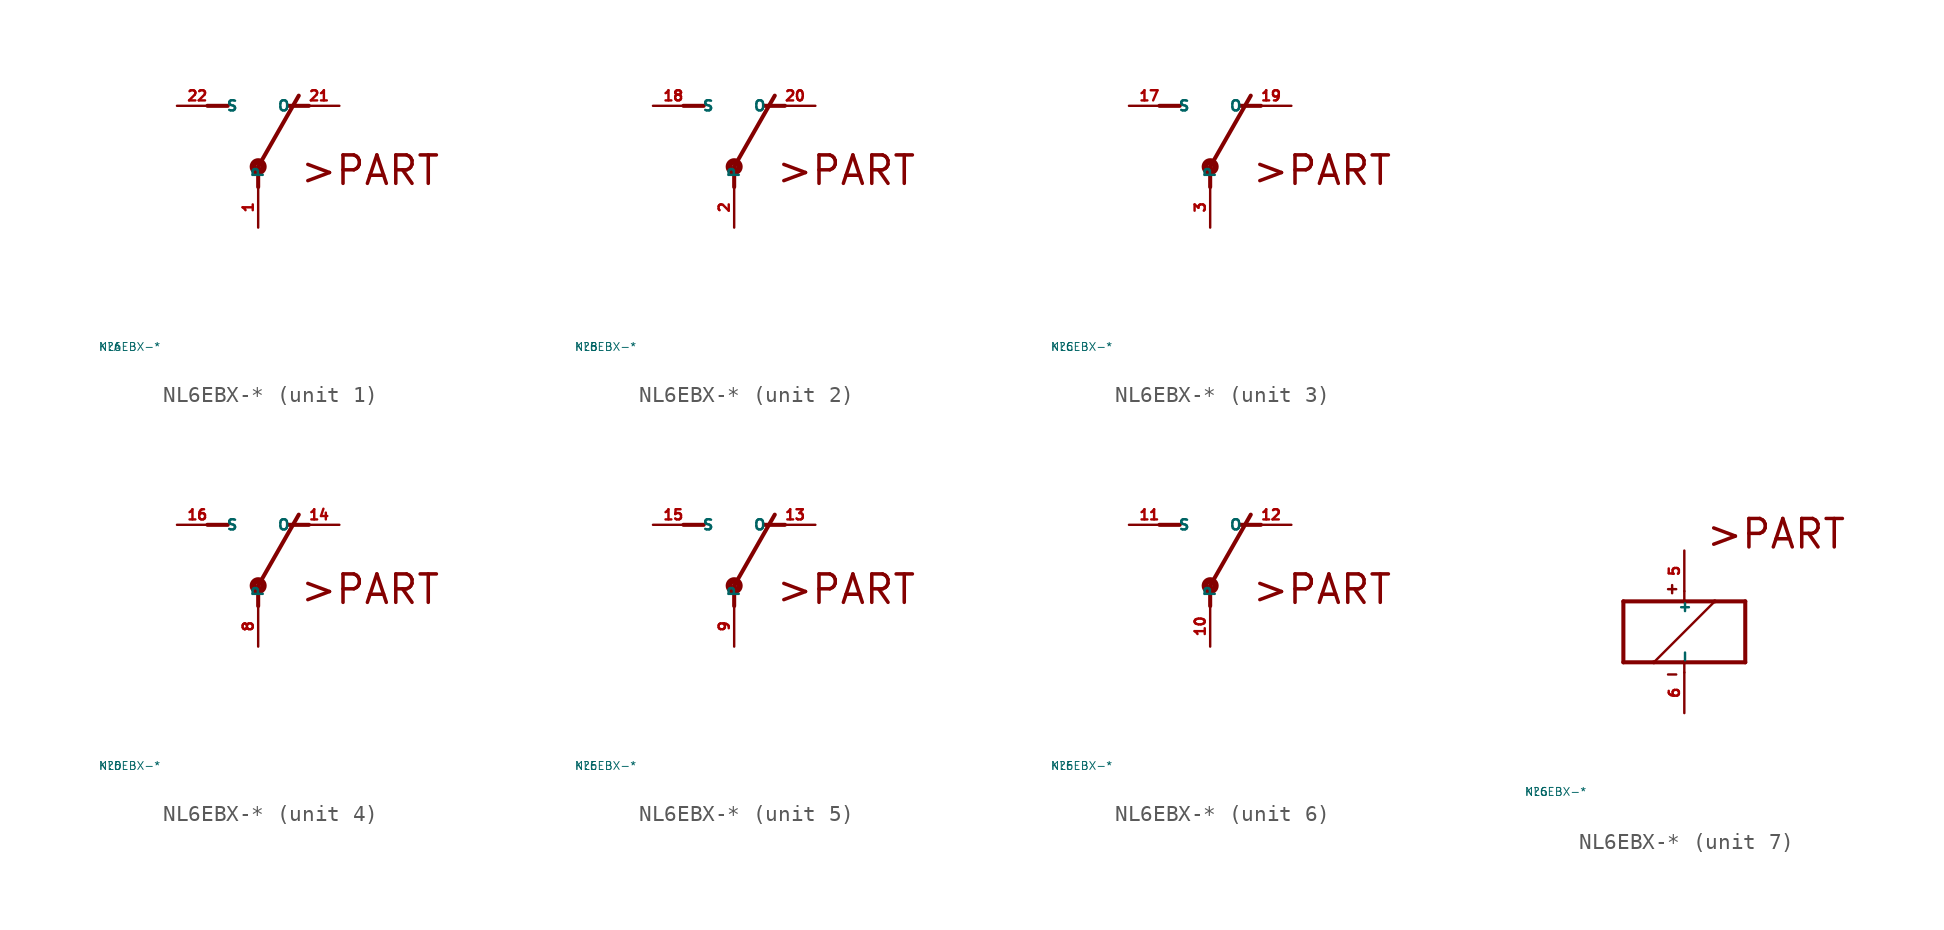
<source format=kicad_sym>
(kicad_symbol_lib
  (version 20220914)
  (generator Eagle2Kicad)
  (symbol "NL6EBX-*"
    (property "Reference" "K"
      (at -10 -10 0)
      (effects (font (size 0.5 0.5) (thickness 0.06)) (justify left)))
    (property "Value" "NL6EBX-*"
      (at -10 -10 0)
      (effects (font (size 0.5 0.5) (thickness 0.06)) (justify left)))
    (symbol "NL6EBX-*_1_0"
      (polyline (pts (xy 3.175 5.08) (xy 1.905 5.08)) (stroke (width 0.254) (type default)) (fill (type none)))
      (polyline (pts (xy -3.175 5.08) (xy -1.905 5.08)) (stroke (width 0.254) (type default)) (fill (type none)))
      (polyline (pts (xy 0 1.27) (xy 2.54 5.715)) (stroke (width 0.254) (type default)) (fill (type none)))
      (polyline (pts (xy 0 1.27) (xy 0 0)) (stroke (width 0.254) (type default)) (fill (type none)))
      (text ">PART" (at 2.54 0 0) (effects (font (size 1.778 1.778) (thickness 0.22)) (justify left bottom)))
      (circle (center 0 1.27) (radius 0.127) (stroke (width 0.406) (type default)) (fill (type none)))
      (pin passive line (at 5.08 5.08 180) (length 2.54) (name "O" (effects (font (size 0.635 0.635) (thickness 0.08)) (justify left bottom))) (number "21" (effects (font (size 0.635 0.635) (thickness 0.08)) (justify left bottom))))
      (pin passive line (at -5.08 5.08 0) (length 2.54) (name "S" (effects (font (size 0.635 0.635) (thickness 0.08)) (justify left bottom))) (number "22" (effects (font (size 0.635 0.635) (thickness 0.08)) (justify left bottom))))
      (pin passive line (at 0 -2.54 90) (length 2.54) (name "P" (effects (font (size 0.635 0.635) (thickness 0.08)) (justify left bottom))) (number "1" (effects (font (size 0.635 0.635) (thickness 0.08)) (justify left bottom)))))
    (symbol "NL6EBX-*_2_0"
      (polyline (pts (xy 3.175 5.08) (xy 1.905 5.08)) (stroke (width 0.254) (type default)) (fill (type none)))
      (polyline (pts (xy -3.175 5.08) (xy -1.905 5.08)) (stroke (width 0.254) (type default)) (fill (type none)))
      (polyline (pts (xy 0 1.27) (xy 2.54 5.715)) (stroke (width 0.254) (type default)) (fill (type none)))
      (polyline (pts (xy 0 1.27) (xy 0 0)) (stroke (width 0.254) (type default)) (fill (type none)))
      (text ">PART" (at 2.54 0 0) (effects (font (size 1.778 1.778) (thickness 0.22)) (justify left bottom)))
      (circle (center 0 1.27) (radius 0.127) (stroke (width 0.406) (type default)) (fill (type none)))
      (pin passive line (at 5.08 5.08 180) (length 2.54) (name "O" (effects (font (size 0.635 0.635) (thickness 0.08)) (justify left bottom))) (number "20" (effects (font (size 0.635 0.635) (thickness 0.08)) (justify left bottom))))
      (pin passive line (at -5.08 5.08 0) (length 2.54) (name "S" (effects (font (size 0.635 0.635) (thickness 0.08)) (justify left bottom))) (number "18" (effects (font (size 0.635 0.635) (thickness 0.08)) (justify left bottom))))
      (pin passive line (at 0 -2.54 90) (length 2.54) (name "P" (effects (font (size 0.635 0.635) (thickness 0.08)) (justify left bottom))) (number "2" (effects (font (size 0.635 0.635) (thickness 0.08)) (justify left bottom)))))
    (symbol "NL6EBX-*_3_0"
      (polyline (pts (xy 3.175 5.08) (xy 1.905 5.08)) (stroke (width 0.254) (type default)) (fill (type none)))
      (polyline (pts (xy -3.175 5.08) (xy -1.905 5.08)) (stroke (width 0.254) (type default)) (fill (type none)))
      (polyline (pts (xy 0 1.27) (xy 2.54 5.715)) (stroke (width 0.254) (type default)) (fill (type none)))
      (polyline (pts (xy 0 1.27) (xy 0 0)) (stroke (width 0.254) (type default)) (fill (type none)))
      (text ">PART" (at 2.54 0 0) (effects (font (size 1.778 1.778) (thickness 0.22)) (justify left bottom)))
      (circle (center 0 1.27) (radius 0.127) (stroke (width 0.406) (type default)) (fill (type none)))
      (pin passive line (at 5.08 5.08 180) (length 2.54) (name "O" (effects (font (size 0.635 0.635) (thickness 0.08)) (justify left bottom))) (number "19" (effects (font (size 0.635 0.635) (thickness 0.08)) (justify left bottom))))
      (pin passive line (at -5.08 5.08 0) (length 2.54) (name "S" (effects (font (size 0.635 0.635) (thickness 0.08)) (justify left bottom))) (number "17" (effects (font (size 0.635 0.635) (thickness 0.08)) (justify left bottom))))
      (pin passive line (at 0 -2.54 90) (length 2.54) (name "P" (effects (font (size 0.635 0.635) (thickness 0.08)) (justify left bottom))) (number "3" (effects (font (size 0.635 0.635) (thickness 0.08)) (justify left bottom)))))
    (symbol "NL6EBX-*_4_0"
      (polyline (pts (xy 3.175 5.08) (xy 1.905 5.08)) (stroke (width 0.254) (type default)) (fill (type none)))
      (polyline (pts (xy -3.175 5.08) (xy -1.905 5.08)) (stroke (width 0.254) (type default)) (fill (type none)))
      (polyline (pts (xy 0 1.27) (xy 2.54 5.715)) (stroke (width 0.254) (type default)) (fill (type none)))
      (polyline (pts (xy 0 1.27) (xy 0 0)) (stroke (width 0.254) (type default)) (fill (type none)))
      (text ">PART" (at 2.54 0 0) (effects (font (size 1.778 1.778) (thickness 0.22)) (justify left bottom)))
      (circle (center 0 1.27) (radius 0.127) (stroke (width 0.406) (type default)) (fill (type none)))
      (pin passive line (at 5.08 5.08 180) (length 2.54) (name "O" (effects (font (size 0.635 0.635) (thickness 0.08)) (justify left bottom))) (number "14" (effects (font (size 0.635 0.635) (thickness 0.08)) (justify left bottom))))
      (pin passive line (at -5.08 5.08 0) (length 2.54) (name "S" (effects (font (size 0.635 0.635) (thickness 0.08)) (justify left bottom))) (number "16" (effects (font (size 0.635 0.635) (thickness 0.08)) (justify left bottom))))
      (pin passive line (at 0 -2.54 90) (length 2.54) (name "P" (effects (font (size 0.635 0.635) (thickness 0.08)) (justify left bottom))) (number "8" (effects (font (size 0.635 0.635) (thickness 0.08)) (justify left bottom)))))
    (symbol "NL6EBX-*_5_0"
      (polyline (pts (xy 3.175 5.08) (xy 1.905 5.08)) (stroke (width 0.254) (type default)) (fill (type none)))
      (polyline (pts (xy -3.175 5.08) (xy -1.905 5.08)) (stroke (width 0.254) (type default)) (fill (type none)))
      (polyline (pts (xy 0 1.27) (xy 2.54 5.715)) (stroke (width 0.254) (type default)) (fill (type none)))
      (polyline (pts (xy 0 1.27) (xy 0 0)) (stroke (width 0.254) (type default)) (fill (type none)))
      (text ">PART" (at 2.54 0 0) (effects (font (size 1.778 1.778) (thickness 0.22)) (justify left bottom)))
      (circle (center 0 1.27) (radius 0.127) (stroke (width 0.406) (type default)) (fill (type none)))
      (pin passive line (at 5.08 5.08 180) (length 2.54) (name "O" (effects (font (size 0.635 0.635) (thickness 0.08)) (justify left bottom))) (number "13" (effects (font (size 0.635 0.635) (thickness 0.08)) (justify left bottom))))
      (pin passive line (at -5.08 5.08 0) (length 2.54) (name "S" (effects (font (size 0.635 0.635) (thickness 0.08)) (justify left bottom))) (number "15" (effects (font (size 0.635 0.635) (thickness 0.08)) (justify left bottom))))
      (pin passive line (at 0 -2.54 90) (length 2.54) (name "P" (effects (font (size 0.635 0.635) (thickness 0.08)) (justify left bottom))) (number "9" (effects (font (size 0.635 0.635) (thickness 0.08)) (justify left bottom)))))
    (symbol "NL6EBX-*_6_0"
      (polyline (pts (xy 3.175 5.08) (xy 1.905 5.08)) (stroke (width 0.254) (type default)) (fill (type none)))
      (polyline (pts (xy -3.175 5.08) (xy -1.905 5.08)) (stroke (width 0.254) (type default)) (fill (type none)))
      (polyline (pts (xy 0 1.27) (xy 2.54 5.715)) (stroke (width 0.254) (type default)) (fill (type none)))
      (polyline (pts (xy 0 1.27) (xy 0 0)) (stroke (width 0.254) (type default)) (fill (type none)))
      (text ">PART" (at 2.54 0 0) (effects (font (size 1.778 1.778) (thickness 0.22)) (justify left bottom)))
      (circle (center 0 1.27) (radius 0.127) (stroke (width 0.406) (type default)) (fill (type none)))
      (pin passive line (at 5.08 5.08 180) (length 2.54) (name "O" (effects (font (size 0.635 0.635) (thickness 0.08)) (justify left bottom))) (number "12" (effects (font (size 0.635 0.635) (thickness 0.08)) (justify left bottom))))
      (pin passive line (at -5.08 5.08 0) (length 2.54) (name "S" (effects (font (size 0.635 0.635) (thickness 0.08)) (justify left bottom))) (number "11" (effects (font (size 0.635 0.635) (thickness 0.08)) (justify left bottom))))
      (pin passive line (at 0 -2.54 90) (length 2.54) (name "P" (effects (font (size 0.635 0.635) (thickness 0.08)) (justify left bottom))) (number "10" (effects (font (size 0.635 0.635) (thickness 0.08)) (justify left bottom)))))
    (symbol "NL6EBX-*_7_0"
      (polyline (pts (xy -3.81 -1.905) (xy -1.905 -1.905)) (stroke (width 0.254) (type default)) (fill (type none)))
      (polyline (pts (xy 3.81 -1.905) (xy 3.81 1.905)) (stroke (width 0.254) (type default)) (fill (type none)))
      (polyline (pts (xy 3.81 1.905) (xy 1.905 1.905)) (stroke (width 0.254) (type default)) (fill (type none)))
      (polyline (pts (xy -3.81 1.905) (xy -3.81 -1.905)) (stroke (width 0.254) (type default)) (fill (type none)))
      (polyline (pts (xy 0 -2.54) (xy 0 -1.905)) (stroke (width 0.152) (type default)) (fill (type none)))
      (polyline (pts (xy 0 -1.905) (xy 3.81 -1.905)) (stroke (width 0.254) (type default)) (fill (type none)))
      (polyline (pts (xy 0 2.54) (xy 0 1.905)) (stroke (width 0.152) (type default)) (fill (type none)))
      (polyline (pts (xy 0 1.905) (xy -3.81 1.905)) (stroke (width 0.254) (type default)) (fill (type none)))
      (polyline (pts (xy -1.905 -1.905) (xy 1.905 1.905)) (stroke (width 0.152) (type default)) (fill (type none)))
      (polyline (pts (xy -1.905 -1.905) (xy 0 -1.905)) (stroke (width 0.254) (type default)) (fill (type none)))
      (polyline (pts (xy 1.905 1.905) (xy 0 1.905)) (stroke (width 0.254) (type default)) (fill (type none)))
      (polyline (pts (xy -1.016 2.667) (xy -0.508 2.667)) (stroke (width 0.152) (type default)) (fill (type none)))
      (polyline (pts (xy -0.762 2.921) (xy -0.762 2.413)) (stroke (width 0.152) (type default)) (fill (type none)))
      (polyline (pts (xy -1.016 -2.667) (xy -0.508 -2.667)) (stroke (width 0.152) (type default)) (fill (type none)))
      (text ">PART" (at 1.27 5.08 0) (effects (font (size 1.778 1.778) (thickness 0.22)) (justify left bottom)))
      (pin passive line (at 0 -5.08 90) (length 2.54) (name "-" (effects (font (size 0.635 0.635) (thickness 0.08)) (justify left bottom))) (number "6" (effects (font (size 0.635 0.635) (thickness 0.08)) (justify left bottom))))
      (pin passive line (at 0 5.08 270) (length 2.54) (name "+" (effects (font (size 0.635 0.635) (thickness 0.08)) (justify left bottom))) (number "5" (effects (font (size 0.635 0.635) (thickness 0.08)) (justify left bottom)))))))
</source>
